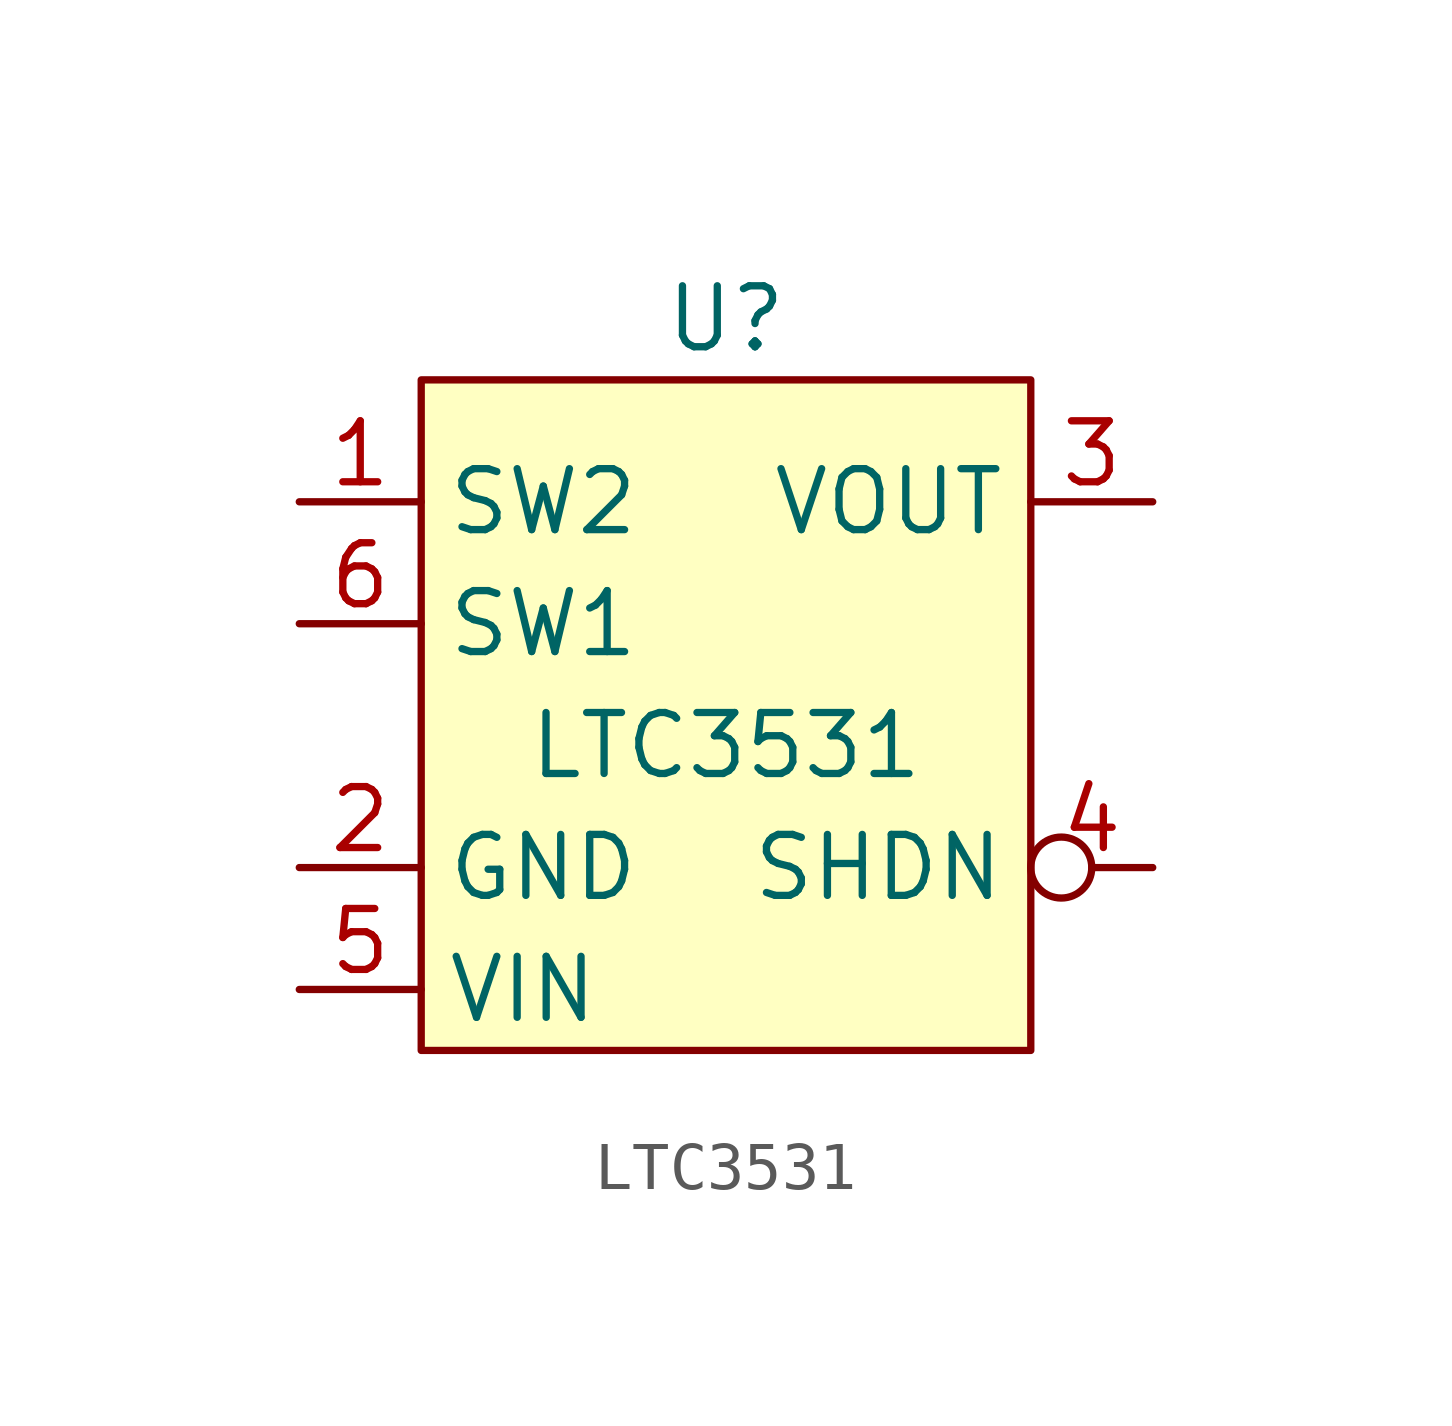
<source format=kicad_sym>
(kicad_symbol_lib
  (version 20211014)
  (generator kicad_symbol_editor)
  (symbol "LTC3531"
    (property "Reference" "U"
      (at 0 8.89 0)
      (effects (font (size 1.27 1.27))))
    (property "Value" "LTC3531"
      (at 0 0 0)
      (effects (font (size 1.27 1.27))))
    (symbol "LTC3531_0_1"
      (rectangle (start -6.35 7.62) (end 6.35 -6.35) (stroke (width 0) (type default) (color 0 0 0 0)) (fill (type background))))
    (symbol "LTC3531_1_1"
      (pin input line (at -8.89 5.08 0) (length 2.54) (name "SW2" (effects (font (size 1.27 1.27)))) (number "1" (effects (font (size 1.27 1.27)))))
      (pin input line (at -8.89 -2.54 0) (length 2.54) (name "GND" (effects (font (size 1.27 1.27)))) (number "2" (effects (font (size 1.27 1.27)))))
      (pin output line (at 8.89 5.08 180) (length 2.54) (name "VOUT" (effects (font (size 1.27 1.27)))) (number "3" (effects (font (size 1.27 1.27)))))
      (pin input inverted (at 8.89 -2.54 180) (length 2.54) (name "SHDN" (effects (font (size 1.27 1.27)))) (number "4" (effects (font (size 1.27 1.27)))))
      (pin input line (at -8.89 -5.08 0) (length 2.54) (name "VIN" (effects (font (size 1.27 1.27)))) (number "5" (effects (font (size 1.27 1.27)))))
      (pin input line (at -8.89 2.54 0) (length 2.54) (name "SW1" (effects (font (size 1.27 1.27)))) (number "6" (effects (font (size 1.27 1.27))))))))
</source>
